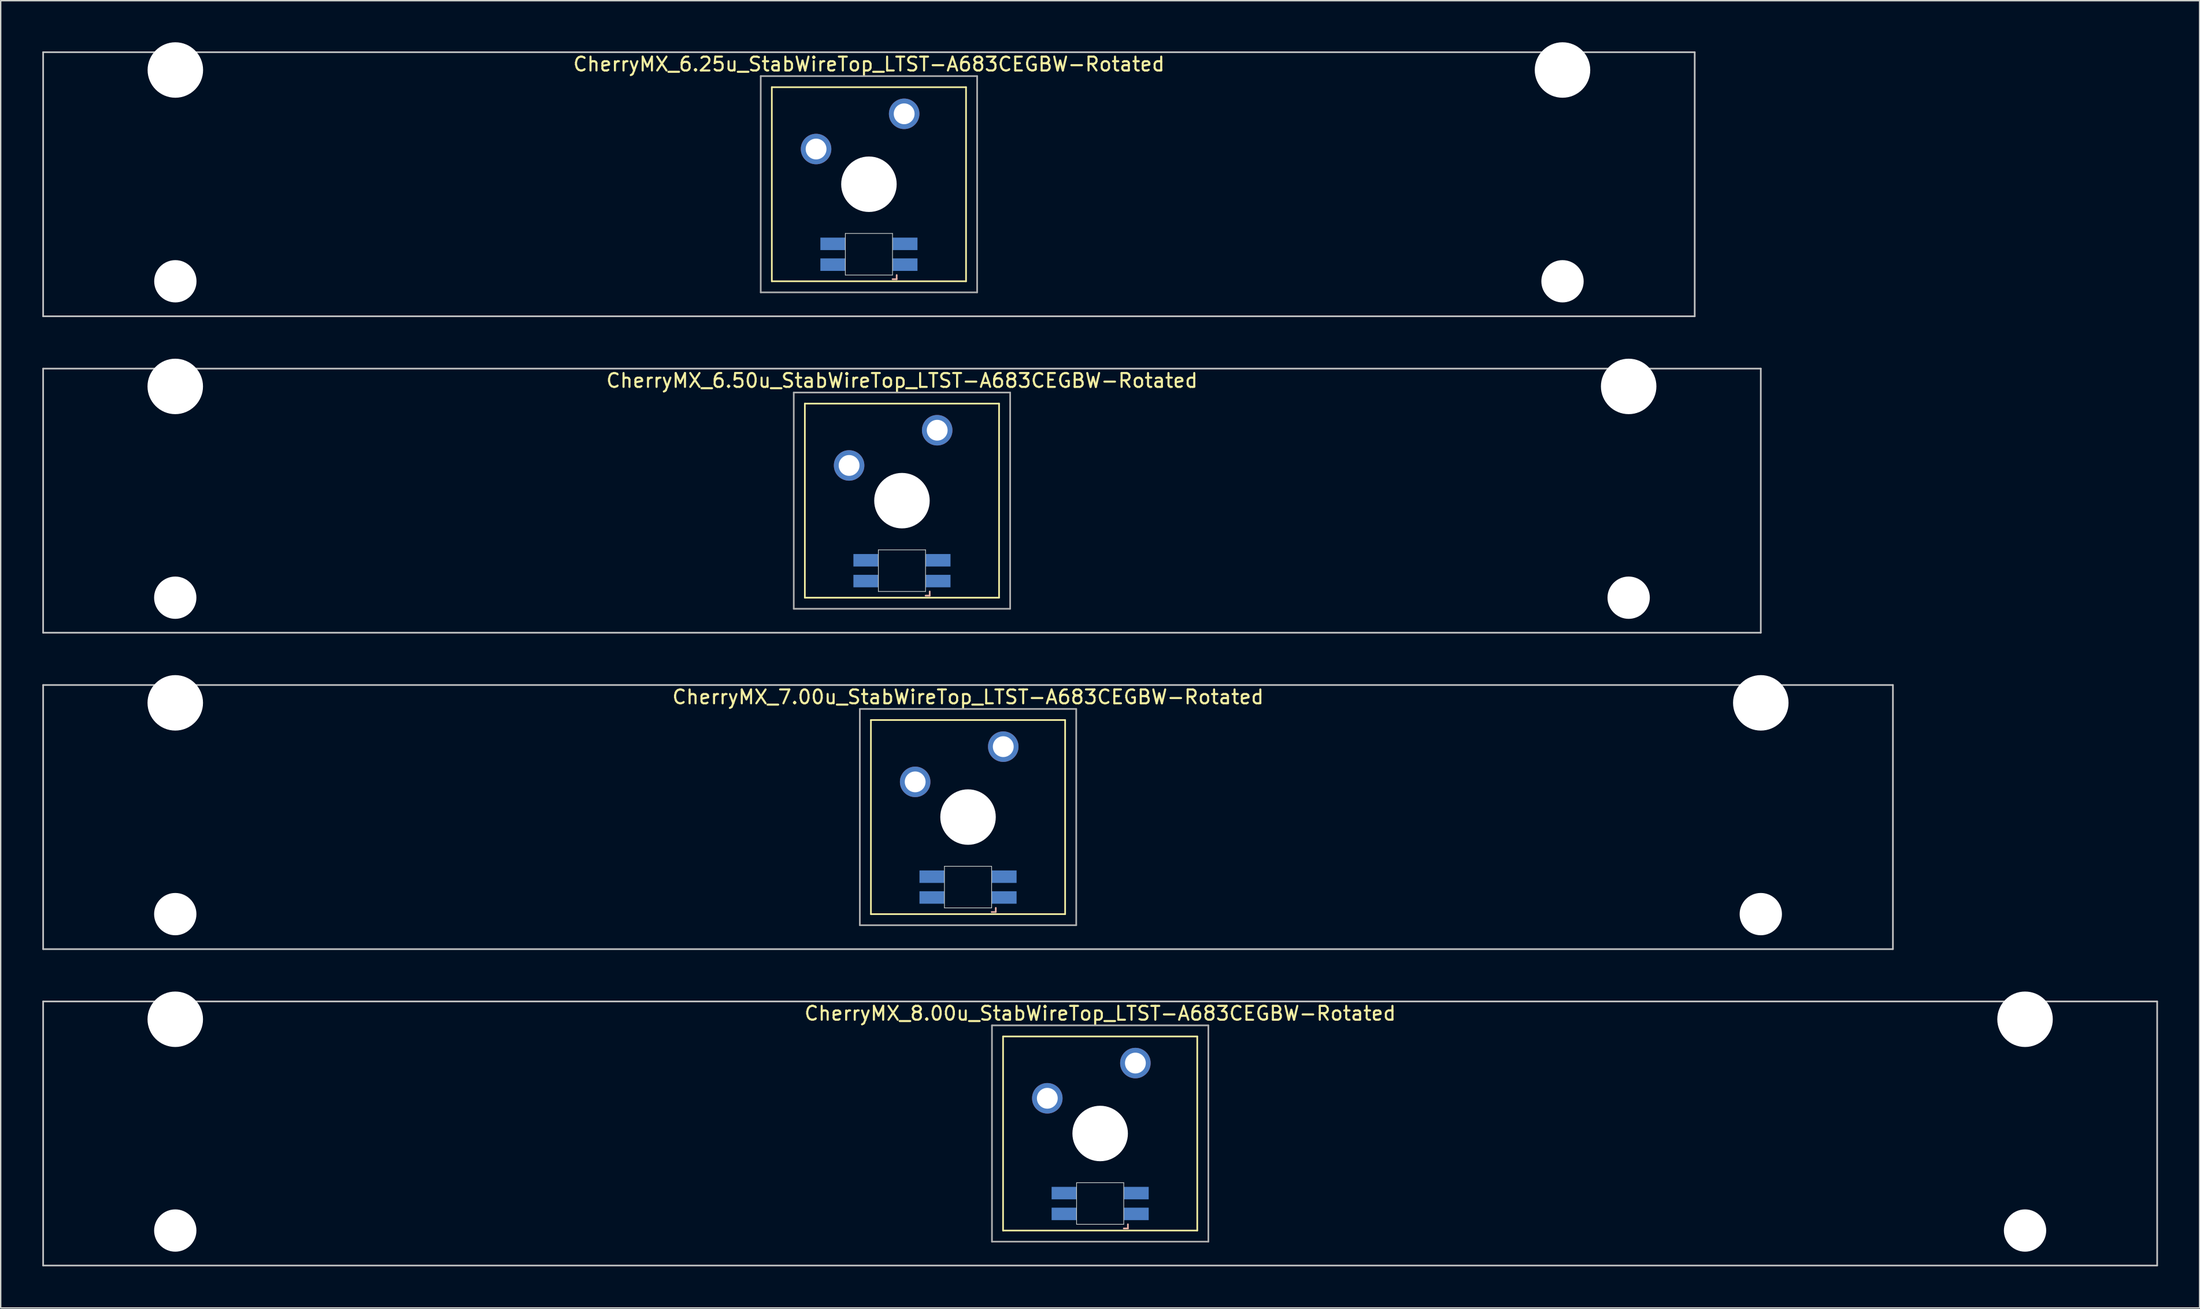
<source format=kicad_pcb>
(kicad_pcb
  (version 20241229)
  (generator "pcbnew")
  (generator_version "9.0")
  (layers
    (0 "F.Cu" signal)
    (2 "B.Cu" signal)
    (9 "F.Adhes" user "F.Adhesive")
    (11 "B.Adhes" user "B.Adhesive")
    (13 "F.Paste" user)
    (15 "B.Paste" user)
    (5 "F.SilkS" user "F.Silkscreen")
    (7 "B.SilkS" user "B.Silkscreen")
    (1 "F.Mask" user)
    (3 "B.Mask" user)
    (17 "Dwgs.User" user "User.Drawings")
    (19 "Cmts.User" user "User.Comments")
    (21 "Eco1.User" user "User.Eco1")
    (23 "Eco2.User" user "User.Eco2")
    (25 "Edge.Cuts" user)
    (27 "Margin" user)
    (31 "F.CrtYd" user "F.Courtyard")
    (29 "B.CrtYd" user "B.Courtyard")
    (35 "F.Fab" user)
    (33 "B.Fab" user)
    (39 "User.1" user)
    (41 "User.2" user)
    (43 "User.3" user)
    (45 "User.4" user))
  (footprint "CherryMX_7.00u_StabWireTop_LTST-A683CEGBW-Rotated"
    (layer "F.Cu")
    (at 66.735 55.89)
    (property "Reference" "CherryMX_7.00u_StabWireTop_LTST-A683CEGBW-Rotated" (at 0 -8.662 0) (layer "F.SilkS") (effects (font (size 1 1) (thickness 0.15))))
    (attr through_hole)
    (fp_line (start -7 -7) (end -7 7) (stroke (width 0.12) (type solid)) (layer "F.SilkS"))
    (fp_line (start -7 -7) (end 7 -7) (stroke (width 0.12) (type solid)) (layer "F.SilkS"))
    (fp_line (start 7 -7) (end 7 7) (stroke (width 0.12) (type solid)) (layer "F.SilkS"))
    (fp_line (start 7 7) (end -7 7) (stroke (width 0.12) (type solid)) (layer "F.SilkS"))
    (fp_line (start 1.7 6.85) (end 2 6.85) (stroke (width 0.12) (type solid)) (layer "B.SilkS"))
    (fp_line (start 2 6.85) (end 2 6.55) (stroke (width 0.12) (type solid)) (layer "B.SilkS"))
    (fp_line (start -66.675 -9.525) (end 66.675 -9.525) (stroke (width 0.12) (type solid)) (layer "Dwgs.User"))
    (fp_line (start -66.675 9.525) (end -66.675 -9.525) (stroke (width 0.12) (type solid)) (layer "Dwgs.User"))
    (fp_line (start 66.675 -9.525) (end 66.675 9.525) (stroke (width 0.12) (type solid)) (layer "Dwgs.User"))
    (fp_line (start 66.675 9.525) (end -66.675 9.525) (stroke (width 0.12) (type solid)) (layer "Dwgs.User"))
    (fp_line (start -1.7 3.55) (end 1.7 3.55) (stroke (width 0.05) (type solid)) (layer "Edge.Cuts"))
    (fp_line (start -1.7 6.55) (end -1.7 3.55) (stroke (width 0.05) (type solid)) (layer "Edge.Cuts"))
    (fp_line (start 1.7 3.55) (end 1.7 6.55) (stroke (width 0.05) (type solid)) (layer "Edge.Cuts"))
    (fp_line (start 1.7 6.55) (end -1.7 6.55) (stroke (width 0.05) (type solid)) (layer "Edge.Cuts"))
    (fp_line (start -7.8 -7.8) (end -7.8 7.8) (stroke (width 0.12) (type solid)) (layer "F.Fab"))
    (fp_line (start -7.8 -7.8) (end 7.8 -7.8) (stroke (width 0.12) (type solid)) (layer "F.Fab"))
    (fp_line (start -7.8 7.8) (end 7.8 7.8) (stroke (width 0.12) (type solid)) (layer "F.Fab"))
    (fp_line (start 7.8 -7.8) (end 7.8 7.8) (stroke (width 0.12) (type solid)) (layer "F.Fab"))
    (pad "" np_thru_hole circle (at -57.15 -8.24) (size 4 4) (drill 4) (layers "*.Cu" "*.Mask"))
    (pad "" np_thru_hole circle (at -57.15 7) (size 3.05 3.05) (drill 3.05) (layers "*.Cu" "*.Mask"))
    (pad "" np_thru_hole circle (at 0 0) (size 4 4) (drill 4) (layers "*.Cu" "*.Mask"))
    (pad "" np_thru_hole circle (at 57.15 -8.24) (size 4 4) (drill 4) (layers "*.Cu" "*.Mask"))
    (pad "" np_thru_hole circle (at 57.15 7) (size 3.05 3.05) (drill 3.05) (layers "*.Cu" "*.Mask"))
    (pad "1" thru_hole circle (at -3.81 -2.54) (size 2.2 2.2) (drill 1.5) (layers "*.Cu" "*.Mask"))
    (pad "2" thru_hole circle (at 2.54 -5.08) (size 2.2 2.2) (drill 1.5) (layers "*.Cu" "*.Mask"))
    (pad "3" smd rect (at 2.6 5.8) (size 1.8 0.9) (layers "B.Cu" "B.Mask" "B.Paste"))
    (pad "4" smd rect (at 2.6 4.3) (size 1.8 0.9) (layers "B.Cu" "B.Mask" "B.Paste"))
    (pad "5" smd rect (at -2.6 5.8) (size 1.8 0.9) (layers "B.Cu" "B.Mask" "B.Paste"))
    (pad "6" smd rect (at -2.6 4.3) (size 1.8 0.9) (layers "B.Cu" "B.Mask" "B.Paste")))
  (footprint "CherryMX_6.50u_StabWireTop_LTST-A683CEGBW-Rotated"
    (layer "F.Cu")
    (at 61.972 33.065)
    (property "Reference" "CherryMX_6.50u_StabWireTop_LTST-A683CEGBW-Rotated" (at 0 -8.662 0) (layer "F.SilkS") (effects (font (size 1 1) (thickness 0.15))))
    (attr through_hole)
    (fp_line (start -7 -7) (end -7 7) (stroke (width 0.12) (type solid)) (layer "F.SilkS"))
    (fp_line (start -7 -7) (end 7 -7) (stroke (width 0.12) (type solid)) (layer "F.SilkS"))
    (fp_line (start 7 -7) (end 7 7) (stroke (width 0.12) (type solid)) (layer "F.SilkS"))
    (fp_line (start 7 7) (end -7 7) (stroke (width 0.12) (type solid)) (layer "F.SilkS"))
    (fp_line (start 1.7 6.85) (end 2 6.85) (stroke (width 0.12) (type solid)) (layer "B.SilkS"))
    (fp_line (start 2 6.85) (end 2 6.55) (stroke (width 0.12) (type solid)) (layer "B.SilkS"))
    (fp_line (start -61.913 -9.525) (end 61.913 -9.525) (stroke (width 0.12) (type solid)) (layer "Dwgs.User"))
    (fp_line (start -61.913 9.525) (end -61.913 -9.525) (stroke (width 0.12) (type solid)) (layer "Dwgs.User"))
    (fp_line (start 61.913 -9.525) (end 61.913 9.525) (stroke (width 0.12) (type solid)) (layer "Dwgs.User"))
    (fp_line (start 61.913 9.525) (end -61.913 9.525) (stroke (width 0.12) (type solid)) (layer "Dwgs.User"))
    (fp_line (start -1.7 3.55) (end 1.7 3.55) (stroke (width 0.05) (type solid)) (layer "Edge.Cuts"))
    (fp_line (start -1.7 6.55) (end -1.7 3.55) (stroke (width 0.05) (type solid)) (layer "Edge.Cuts"))
    (fp_line (start 1.7 3.55) (end 1.7 6.55) (stroke (width 0.05) (type solid)) (layer "Edge.Cuts"))
    (fp_line (start 1.7 6.55) (end -1.7 6.55) (stroke (width 0.05) (type solid)) (layer "Edge.Cuts"))
    (fp_line (start -7.8 -7.8) (end -7.8 7.8) (stroke (width 0.12) (type solid)) (layer "F.Fab"))
    (fp_line (start -7.8 -7.8) (end 7.8 -7.8) (stroke (width 0.12) (type solid)) (layer "F.Fab"))
    (fp_line (start -7.8 7.8) (end 7.8 7.8) (stroke (width 0.12) (type solid)) (layer "F.Fab"))
    (fp_line (start 7.8 -7.8) (end 7.8 7.8) (stroke (width 0.12) (type solid)) (layer "F.Fab"))
    (pad "" np_thru_hole circle (at -52.388 -8.24) (size 4 4) (drill 4) (layers "*.Cu" "*.Mask"))
    (pad "" np_thru_hole circle (at -52.388 7) (size 3.05 3.05) (drill 3.05) (layers "*.Cu" "*.Mask"))
    (pad "" np_thru_hole circle (at 0 0) (size 4 4) (drill 4) (layers "*.Cu" "*.Mask"))
    (pad "" np_thru_hole circle (at 52.388 -8.24) (size 4 4) (drill 4) (layers "*.Cu" "*.Mask"))
    (pad "" np_thru_hole circle (at 52.388 7) (size 3.05 3.05) (drill 3.05) (layers "*.Cu" "*.Mask"))
    (pad "1" thru_hole circle (at -3.81 -2.54) (size 2.2 2.2) (drill 1.5) (layers "*.Cu" "*.Mask"))
    (pad "2" thru_hole circle (at 2.54 -5.08) (size 2.2 2.2) (drill 1.5) (layers "*.Cu" "*.Mask"))
    (pad "3" smd rect (at 2.6 5.8) (size 1.8 0.9) (layers "B.Cu" "B.Mask" "B.Paste"))
    (pad "4" smd rect (at 2.6 4.3) (size 1.8 0.9) (layers "B.Cu" "B.Mask" "B.Paste"))
    (pad "5" smd rect (at -2.6 5.8) (size 1.8 0.9) (layers "B.Cu" "B.Mask" "B.Paste"))
    (pad "6" smd rect (at -2.6 4.3) (size 1.8 0.9) (layers "B.Cu" "B.Mask" "B.Paste")))
  (footprint "CherryMX_8.00u_StabWireTop_LTST-A683CEGBW-Rotated"
    (layer "F.Cu")
    (at 76.26 78.715)
    (property "Reference" "CherryMX_8.00u_StabWireTop_LTST-A683CEGBW-Rotated" (at 0 -8.662 0) (layer "F.SilkS") (effects (font (size 1 1) (thickness 0.15))))
    (attr through_hole)
    (fp_line (start -7 -7) (end -7 7) (stroke (width 0.12) (type solid)) (layer "F.SilkS"))
    (fp_line (start -7 -7) (end 7 -7) (stroke (width 0.12) (type solid)) (layer "F.SilkS"))
    (fp_line (start 7 -7) (end 7 7) (stroke (width 0.12) (type solid)) (layer "F.SilkS"))
    (fp_line (start 7 7) (end -7 7) (stroke (width 0.12) (type solid)) (layer "F.SilkS"))
    (fp_line (start 1.7 6.85) (end 2 6.85) (stroke (width 0.12) (type solid)) (layer "B.SilkS"))
    (fp_line (start 2 6.85) (end 2 6.55) (stroke (width 0.12) (type solid)) (layer "B.SilkS"))
    (fp_line (start -76.2 -9.525) (end 76.2 -9.525) (stroke (width 0.12) (type solid)) (layer "Dwgs.User"))
    (fp_line (start -76.2 9.525) (end -76.2 -9.525) (stroke (width 0.12) (type solid)) (layer "Dwgs.User"))
    (fp_line (start 76.2 -9.525) (end 76.2 9.525) (stroke (width 0.12) (type solid)) (layer "Dwgs.User"))
    (fp_line (start 76.2 9.525) (end -76.2 9.525) (stroke (width 0.12) (type solid)) (layer "Dwgs.User"))
    (fp_line (start -1.7 3.55) (end 1.7 3.55) (stroke (width 0.05) (type solid)) (layer "Edge.Cuts"))
    (fp_line (start -1.7 6.55) (end -1.7 3.55) (stroke (width 0.05) (type solid)) (layer "Edge.Cuts"))
    (fp_line (start 1.7 3.55) (end 1.7 6.55) (stroke (width 0.05) (type solid)) (layer "Edge.Cuts"))
    (fp_line (start 1.7 6.55) (end -1.7 6.55) (stroke (width 0.05) (type solid)) (layer "Edge.Cuts"))
    (fp_line (start -7.8 -7.8) (end -7.8 7.8) (stroke (width 0.12) (type solid)) (layer "F.Fab"))
    (fp_line (start -7.8 -7.8) (end 7.8 -7.8) (stroke (width 0.12) (type solid)) (layer "F.Fab"))
    (fp_line (start -7.8 7.8) (end 7.8 7.8) (stroke (width 0.12) (type solid)) (layer "F.Fab"))
    (fp_line (start 7.8 -7.8) (end 7.8 7.8) (stroke (width 0.12) (type solid)) (layer "F.Fab"))
    (pad "" np_thru_hole circle (at -66.675 -8.24) (size 4 4) (drill 4) (layers "*.Cu" "*.Mask"))
    (pad "" np_thru_hole circle (at -66.675 7) (size 3.05 3.05) (drill 3.05) (layers "*.Cu" "*.Mask"))
    (pad "" np_thru_hole circle (at 0 0) (size 4 4) (drill 4) (layers "*.Cu" "*.Mask"))
    (pad "" np_thru_hole circle (at 66.675 -8.24) (size 4 4) (drill 4) (layers "*.Cu" "*.Mask"))
    (pad "" np_thru_hole circle (at 66.675 7) (size 3.05 3.05) (drill 3.05) (layers "*.Cu" "*.Mask"))
    (pad "1" thru_hole circle (at -3.81 -2.54) (size 2.2 2.2) (drill 1.5) (layers "*.Cu" "*.Mask"))
    (pad "2" thru_hole circle (at 2.54 -5.08) (size 2.2 2.2) (drill 1.5) (layers "*.Cu" "*.Mask"))
    (pad "3" smd rect (at 2.6 5.8) (size 1.8 0.9) (layers "B.Cu" "B.Mask" "B.Paste"))
    (pad "4" smd rect (at 2.6 4.3) (size 1.8 0.9) (layers "B.Cu" "B.Mask" "B.Paste"))
    (pad "5" smd rect (at -2.6 5.8) (size 1.8 0.9) (layers "B.Cu" "B.Mask" "B.Paste"))
    (pad "6" smd rect (at -2.6 4.3) (size 1.8 0.9) (layers "B.Cu" "B.Mask" "B.Paste")))
  (footprint "CherryMX_6.25u_StabWireTop_LTST-A683CEGBW-Rotated"
    (layer "F.Cu")
    (at 59.591 10.24)
    (property "Reference" "CherryMX_6.25u_StabWireTop_LTST-A683CEGBW-Rotated" (at 0 -8.662 0) (layer "F.SilkS") (effects (font (size 1 1) (thickness 0.15))))
    (attr through_hole)
    (fp_line (start -7 -7) (end -7 7) (stroke (width 0.12) (type solid)) (layer "F.SilkS"))
    (fp_line (start -7 -7) (end 7 -7) (stroke (width 0.12) (type solid)) (layer "F.SilkS"))
    (fp_line (start 7 -7) (end 7 7) (stroke (width 0.12) (type solid)) (layer "F.SilkS"))
    (fp_line (start 7 7) (end -7 7) (stroke (width 0.12) (type solid)) (layer "F.SilkS"))
    (fp_line (start 1.7 6.85) (end 2 6.85) (stroke (width 0.12) (type solid)) (layer "B.SilkS"))
    (fp_line (start 2 6.85) (end 2 6.55) (stroke (width 0.12) (type solid)) (layer "B.SilkS"))
    (fp_line (start -59.531 -9.525) (end 59.531 -9.525) (stroke (width 0.12) (type solid)) (layer "Dwgs.User"))
    (fp_line (start -59.531 9.525) (end -59.531 -9.525) (stroke (width 0.12) (type solid)) (layer "Dwgs.User"))
    (fp_line (start 59.531 -9.525) (end 59.531 9.525) (stroke (width 0.12) (type solid)) (layer "Dwgs.User"))
    (fp_line (start 59.531 9.525) (end -59.531 9.525) (stroke (width 0.12) (type solid)) (layer "Dwgs.User"))
    (fp_line (start -1.7 3.55) (end 1.7 3.55) (stroke (width 0.05) (type solid)) (layer "Edge.Cuts"))
    (fp_line (start -1.7 6.55) (end -1.7 3.55) (stroke (width 0.05) (type solid)) (layer "Edge.Cuts"))
    (fp_line (start 1.7 3.55) (end 1.7 6.55) (stroke (width 0.05) (type solid)) (layer "Edge.Cuts"))
    (fp_line (start 1.7 6.55) (end -1.7 6.55) (stroke (width 0.05) (type solid)) (layer "Edge.Cuts"))
    (fp_line (start -7.8 -7.8) (end -7.8 7.8) (stroke (width 0.12) (type solid)) (layer "F.Fab"))
    (fp_line (start -7.8 -7.8) (end 7.8 -7.8) (stroke (width 0.12) (type solid)) (layer "F.Fab"))
    (fp_line (start -7.8 7.8) (end 7.8 7.8) (stroke (width 0.12) (type solid)) (layer "F.Fab"))
    (fp_line (start 7.8 -7.8) (end 7.8 7.8) (stroke (width 0.12) (type solid)) (layer "F.Fab"))
    (pad "" np_thru_hole circle (at -50 -8.24) (size 4 4) (drill 4) (layers "*.Cu" "*.Mask"))
    (pad "" np_thru_hole circle (at -50 7) (size 3.05 3.05) (drill 3.05) (layers "*.Cu" "*.Mask"))
    (pad "" np_thru_hole circle (at 0 0) (size 4 4) (drill 4) (layers "*.Cu" "*.Mask"))
    (pad "" np_thru_hole circle (at 50 -8.24) (size 4 4) (drill 4) (layers "*.Cu" "*.Mask"))
    (pad "" np_thru_hole circle (at 50 7) (size 3.05 3.05) (drill 3.05) (layers "*.Cu" "*.Mask"))
    (pad "1" thru_hole circle (at -3.81 -2.54) (size 2.2 2.2) (drill 1.5) (layers "*.Cu" "*.Mask"))
    (pad "2" thru_hole circle (at 2.54 -5.08) (size 2.2 2.2) (drill 1.5) (layers "*.Cu" "*.Mask"))
    (pad "3" smd rect (at 2.6 5.8) (size 1.8 0.9) (layers "B.Cu" "B.Mask" "B.Paste"))
    (pad "4" smd rect (at 2.6 4.3) (size 1.8 0.9) (layers "B.Cu" "B.Mask" "B.Paste"))
    (pad "5" smd rect (at -2.6 5.8) (size 1.8 0.9) (layers "B.Cu" "B.Mask" "B.Paste"))
    (pad "6" smd rect (at -2.6 4.3) (size 1.8 0.9) (layers "B.Cu" "B.Mask" "B.Paste")))
  (gr_rect
    (start -3 -3)
    (end 155.52 91.3)
    (stroke (width 0.1) (type default))
    (fill no)
    (layer "Edge.Cuts")))
</source>
